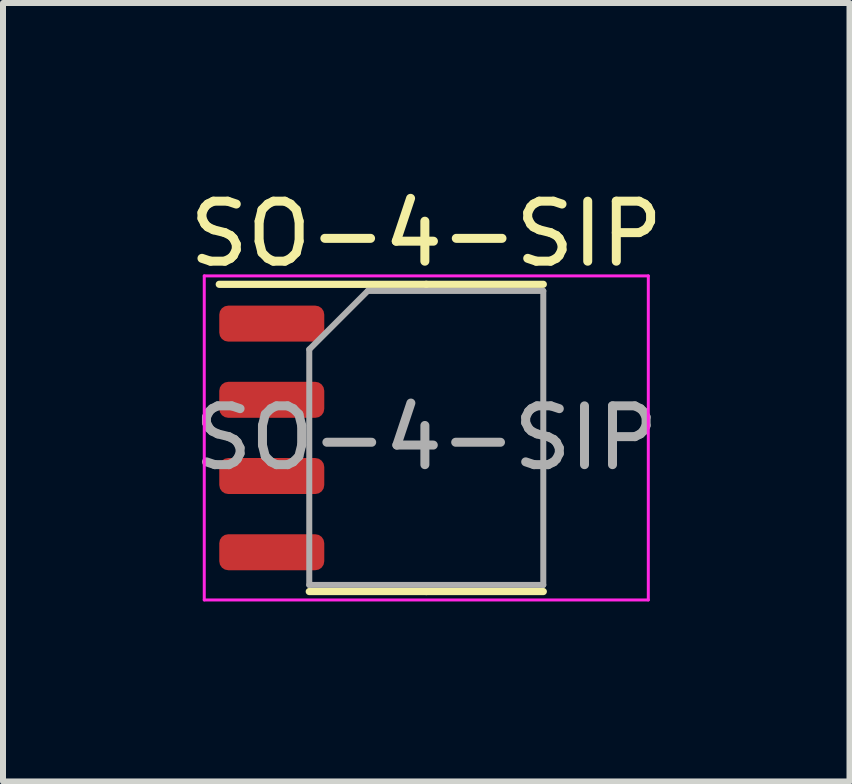
<source format=kicad_pcb>
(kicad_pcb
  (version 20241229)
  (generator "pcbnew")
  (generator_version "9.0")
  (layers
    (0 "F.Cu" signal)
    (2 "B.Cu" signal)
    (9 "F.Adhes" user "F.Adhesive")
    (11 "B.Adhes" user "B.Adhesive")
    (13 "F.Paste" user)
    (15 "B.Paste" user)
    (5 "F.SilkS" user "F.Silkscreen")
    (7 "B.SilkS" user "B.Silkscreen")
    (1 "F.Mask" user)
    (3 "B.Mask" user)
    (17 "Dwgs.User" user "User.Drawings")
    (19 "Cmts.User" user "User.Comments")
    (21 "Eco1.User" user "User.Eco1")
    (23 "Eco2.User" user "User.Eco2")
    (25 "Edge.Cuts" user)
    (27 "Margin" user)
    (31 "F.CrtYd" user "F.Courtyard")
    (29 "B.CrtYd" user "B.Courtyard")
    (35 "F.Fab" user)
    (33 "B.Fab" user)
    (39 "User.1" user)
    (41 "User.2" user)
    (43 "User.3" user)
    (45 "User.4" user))
  (footprint "SO-4-SIP"
    (layer "F.Cu")
    (at 4.054 4.248)
    (property "Reference" "SO-4-SIP" (at 0 -3.4 0) (layer "F.SilkS") (effects (font (size 1 1) (thickness 0.15))))
    (attr smd)
    (fp_line (start 0 -2.56) (end -3.45 -2.56) (stroke (width 0.12) (type solid)) (layer "F.SilkS"))
    (fp_line (start 0 -2.56) (end 1.95 -2.56) (stroke (width 0.12) (type solid)) (layer "F.SilkS"))
    (fp_line (start 0 2.56) (end -1.95 2.56) (stroke (width 0.12) (type solid)) (layer "F.SilkS"))
    (fp_line (start 0 2.56) (end 1.95 2.56) (stroke (width 0.12) (type solid)) (layer "F.SilkS"))
    (fp_line (start -3.7 -2.7) (end -3.7 2.7) (stroke (width 0.05) (type solid)) (layer "F.CrtYd"))
    (fp_line (start -3.7 2.7) (end 3.7 2.7) (stroke (width 0.05) (type solid)) (layer "F.CrtYd"))
    (fp_line (start 3.7 -2.7) (end -3.7 -2.7) (stroke (width 0.05) (type solid)) (layer "F.CrtYd"))
    (fp_line (start 3.7 2.7) (end 3.7 -2.7) (stroke (width 0.05) (type solid)) (layer "F.CrtYd"))
    (fp_line (start -1.95 -1.475) (end -0.975 -2.45) (stroke (width 0.1) (type solid)) (layer "F.Fab"))
    (fp_line (start -1.95 2.45) (end -1.95 -1.475) (stroke (width 0.1) (type solid)) (layer "F.Fab"))
    (fp_line (start -0.975 -2.45) (end 1.95 -2.45) (stroke (width 0.1) (type solid)) (layer "F.Fab"))
    (fp_line (start 1.95 -2.45) (end 1.95 2.45) (stroke (width 0.1) (type solid)) (layer "F.Fab"))
    (fp_line (start 1.95 2.45) (end -1.95 2.45) (stroke (width 0.1) (type solid)) (layer "F.Fab"))
    (fp_text user "${REFERENCE}" (at 0 0 0) (layer "F.Fab") (effects (font (size 0.98 0.98) (thickness 0.15))))
    (pad "1" smd roundrect (at -2.575 -1.905) (size 1.75 0.6) (layers "F.Cu" "F.Mask" "F.Paste") (roundrect_rratio 0.25))
    (pad "2" smd roundrect (at -2.575 -0.635) (size 1.75 0.6) (layers "F.Cu" "F.Mask" "F.Paste") (roundrect_rratio 0.25))
    (pad "3" smd roundrect (at -2.575 0.635) (size 1.75 0.6) (layers "F.Cu" "F.Mask" "F.Paste") (roundrect_rratio 0.25))
    (pad "4" smd roundrect (at -2.575 1.905) (size 1.75 0.6) (layers "F.Cu" "F.Mask" "F.Paste") (roundrect_rratio 0.25)))
  (gr_rect
    (start -3 -3)
    (end 11.107 9.973)
    (stroke (width 0.1) (type default))
    (fill no)
    (layer "Edge.Cuts")))
</source>
